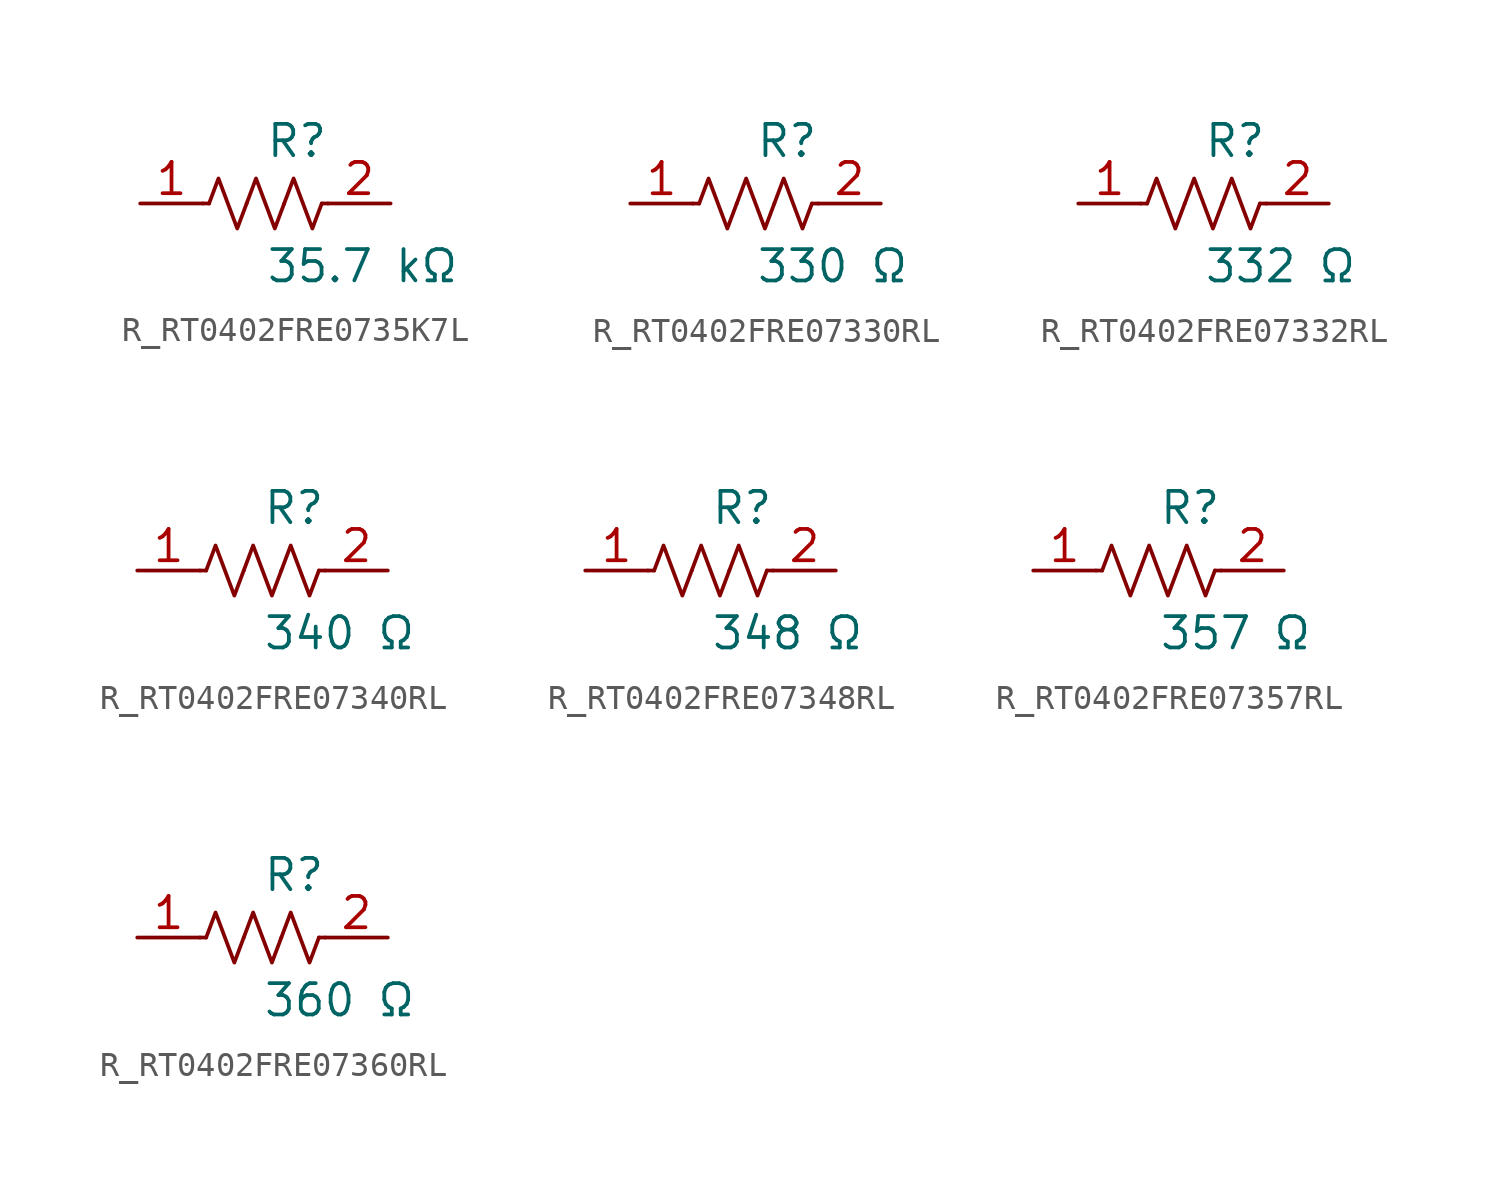
<source format=kicad_sym>
(kicad_symbol_lib
  (version 20231120)
  (generator kicad_symbol_editor)
  (generator_version 8.0)
  (symbol "R_RT0402FRE0735K7L"
    (pin_names
      (offset 0.254))
    (property "Reference" "R"
      (at 0.0 2.54 0)
      (effects (font (size 1.27 1.27)) (justify left)))
    (property "Value" "35.7 kΩ"
      (at 0.0 -2.54 0)
      (effects (font (size 1.27 1.27)) (justify left)))
    (symbol "R_RT0402FRE0735K7L_0_1"
      (polyline (pts (xy 2.286 0) (xy 2.54 0)) (stroke (width 0) (type default)) (fill (type none)))
      (polyline (pts (xy -2.286 0) (xy -2.54 0)) (stroke (width 0) (type default)) (fill (type none)))
      (polyline (pts (xy 0.762 0) (xy 1.143 1.016) (xy 1.524 0) (xy 1.905 -1.016) (xy 2.286 0)) (stroke (width 0) (type default)) (fill (type none)))
      (polyline (pts (xy -0.762 0) (xy -0.381 1.016) (xy 0 0) (xy 0.381 -1.016) (xy 0.762 0)) (stroke (width 0) (type default)) (fill (type none)))
      (polyline (pts (xy -2.286 0) (xy -1.905 1.016) (xy -1.524 0) (xy -1.143 -1.016) (xy -0.762 0)) (stroke (width 0) (type default)) (fill (type none))))
    (pin unspecified line
      (at -5.08 0 0)
      (length 2.54)
      (name "" (effects (font (size 1.27 1.27))))
      (number "1" (effects (font (size 1.27 1.27)))))
    (pin unspecified line
      (at 5.08 0 180)
      (length 2.54)
      (name "" (effects (font (size 1.27 1.27))))
      (number "2" (effects (font (size 1.27 1.27))))))
  (symbol "R_RT0402FRE07330RL"
    (pin_names
      (offset 0.254))
    (property "Reference" "R"
      (at 0.0 2.54 0)
      (effects (font (size 1.27 1.27)) (justify left)))
    (property "Value" "330 Ω"
      (at 0.0 -2.54 0)
      (effects (font (size 1.27 1.27)) (justify left)))
    (symbol "R_RT0402FRE07330RL_0_1"
      (polyline (pts (xy 2.286 0) (xy 2.54 0)) (stroke (width 0) (type default)) (fill (type none)))
      (polyline (pts (xy -2.286 0) (xy -2.54 0)) (stroke (width 0) (type default)) (fill (type none)))
      (polyline (pts (xy 0.762 0) (xy 1.143 1.016) (xy 1.524 0) (xy 1.905 -1.016) (xy 2.286 0)) (stroke (width 0) (type default)) (fill (type none)))
      (polyline (pts (xy -0.762 0) (xy -0.381 1.016) (xy 0 0) (xy 0.381 -1.016) (xy 0.762 0)) (stroke (width 0) (type default)) (fill (type none)))
      (polyline (pts (xy -2.286 0) (xy -1.905 1.016) (xy -1.524 0) (xy -1.143 -1.016) (xy -0.762 0)) (stroke (width 0) (type default)) (fill (type none))))
    (pin unspecified line
      (at -5.08 0 0)
      (length 2.54)
      (name "" (effects (font (size 1.27 1.27))))
      (number "1" (effects (font (size 1.27 1.27)))))
    (pin unspecified line
      (at 5.08 0 180)
      (length 2.54)
      (name "" (effects (font (size 1.27 1.27))))
      (number "2" (effects (font (size 1.27 1.27))))))
  (symbol "R_RT0402FRE07332RL"
    (pin_names
      (offset 0.254))
    (property "Reference" "R"
      (at 0.0 2.54 0)
      (effects (font (size 1.27 1.27)) (justify left)))
    (property "Value" "332 Ω"
      (at 0.0 -2.54 0)
      (effects (font (size 1.27 1.27)) (justify left)))
    (symbol "R_RT0402FRE07332RL_0_1"
      (polyline (pts (xy 2.286 0) (xy 2.54 0)) (stroke (width 0) (type default)) (fill (type none)))
      (polyline (pts (xy -2.286 0) (xy -2.54 0)) (stroke (width 0) (type default)) (fill (type none)))
      (polyline (pts (xy 0.762 0) (xy 1.143 1.016) (xy 1.524 0) (xy 1.905 -1.016) (xy 2.286 0)) (stroke (width 0) (type default)) (fill (type none)))
      (polyline (pts (xy -0.762 0) (xy -0.381 1.016) (xy 0 0) (xy 0.381 -1.016) (xy 0.762 0)) (stroke (width 0) (type default)) (fill (type none)))
      (polyline (pts (xy -2.286 0) (xy -1.905 1.016) (xy -1.524 0) (xy -1.143 -1.016) (xy -0.762 0)) (stroke (width 0) (type default)) (fill (type none))))
    (pin unspecified line
      (at -5.08 0 0)
      (length 2.54)
      (name "" (effects (font (size 1.27 1.27))))
      (number "1" (effects (font (size 1.27 1.27)))))
    (pin unspecified line
      (at 5.08 0 180)
      (length 2.54)
      (name "" (effects (font (size 1.27 1.27))))
      (number "2" (effects (font (size 1.27 1.27))))))
  (symbol "R_RT0402FRE07340RL"
    (pin_names
      (offset 0.254))
    (property "Reference" "R"
      (at 0.0 2.54 0)
      (effects (font (size 1.27 1.27)) (justify left)))
    (property "Value" "340 Ω"
      (at 0.0 -2.54 0)
      (effects (font (size 1.27 1.27)) (justify left)))
    (symbol "R_RT0402FRE07340RL_0_1"
      (polyline (pts (xy 2.286 0) (xy 2.54 0)) (stroke (width 0) (type default)) (fill (type none)))
      (polyline (pts (xy -2.286 0) (xy -2.54 0)) (stroke (width 0) (type default)) (fill (type none)))
      (polyline (pts (xy 0.762 0) (xy 1.143 1.016) (xy 1.524 0) (xy 1.905 -1.016) (xy 2.286 0)) (stroke (width 0) (type default)) (fill (type none)))
      (polyline (pts (xy -0.762 0) (xy -0.381 1.016) (xy 0 0) (xy 0.381 -1.016) (xy 0.762 0)) (stroke (width 0) (type default)) (fill (type none)))
      (polyline (pts (xy -2.286 0) (xy -1.905 1.016) (xy -1.524 0) (xy -1.143 -1.016) (xy -0.762 0)) (stroke (width 0) (type default)) (fill (type none))))
    (pin unspecified line
      (at -5.08 0 0)
      (length 2.54)
      (name "" (effects (font (size 1.27 1.27))))
      (number "1" (effects (font (size 1.27 1.27)))))
    (pin unspecified line
      (at 5.08 0 180)
      (length 2.54)
      (name "" (effects (font (size 1.27 1.27))))
      (number "2" (effects (font (size 1.27 1.27))))))
  (symbol "R_RT0402FRE07348RL"
    (pin_names
      (offset 0.254))
    (property "Reference" "R"
      (at 0.0 2.54 0)
      (effects (font (size 1.27 1.27)) (justify left)))
    (property "Value" "348 Ω"
      (at 0.0 -2.54 0)
      (effects (font (size 1.27 1.27)) (justify left)))
    (symbol "R_RT0402FRE07348RL_0_1"
      (polyline (pts (xy 2.286 0) (xy 2.54 0)) (stroke (width 0) (type default)) (fill (type none)))
      (polyline (pts (xy -2.286 0) (xy -2.54 0)) (stroke (width 0) (type default)) (fill (type none)))
      (polyline (pts (xy 0.762 0) (xy 1.143 1.016) (xy 1.524 0) (xy 1.905 -1.016) (xy 2.286 0)) (stroke (width 0) (type default)) (fill (type none)))
      (polyline (pts (xy -0.762 0) (xy -0.381 1.016) (xy 0 0) (xy 0.381 -1.016) (xy 0.762 0)) (stroke (width 0) (type default)) (fill (type none)))
      (polyline (pts (xy -2.286 0) (xy -1.905 1.016) (xy -1.524 0) (xy -1.143 -1.016) (xy -0.762 0)) (stroke (width 0) (type default)) (fill (type none))))
    (pin unspecified line
      (at -5.08 0 0)
      (length 2.54)
      (name "" (effects (font (size 1.27 1.27))))
      (number "1" (effects (font (size 1.27 1.27)))))
    (pin unspecified line
      (at 5.08 0 180)
      (length 2.54)
      (name "" (effects (font (size 1.27 1.27))))
      (number "2" (effects (font (size 1.27 1.27))))))
  (symbol "R_RT0402FRE07357RL"
    (pin_names
      (offset 0.254))
    (property "Reference" "R"
      (at 0.0 2.54 0)
      (effects (font (size 1.27 1.27)) (justify left)))
    (property "Value" "357 Ω"
      (at 0.0 -2.54 0)
      (effects (font (size 1.27 1.27)) (justify left)))
    (symbol "R_RT0402FRE07357RL_0_1"
      (polyline (pts (xy 2.286 0) (xy 2.54 0)) (stroke (width 0) (type default)) (fill (type none)))
      (polyline (pts (xy -2.286 0) (xy -2.54 0)) (stroke (width 0) (type default)) (fill (type none)))
      (polyline (pts (xy 0.762 0) (xy 1.143 1.016) (xy 1.524 0) (xy 1.905 -1.016) (xy 2.286 0)) (stroke (width 0) (type default)) (fill (type none)))
      (polyline (pts (xy -0.762 0) (xy -0.381 1.016) (xy 0 0) (xy 0.381 -1.016) (xy 0.762 0)) (stroke (width 0) (type default)) (fill (type none)))
      (polyline (pts (xy -2.286 0) (xy -1.905 1.016) (xy -1.524 0) (xy -1.143 -1.016) (xy -0.762 0)) (stroke (width 0) (type default)) (fill (type none))))
    (pin unspecified line
      (at -5.08 0 0)
      (length 2.54)
      (name "" (effects (font (size 1.27 1.27))))
      (number "1" (effects (font (size 1.27 1.27)))))
    (pin unspecified line
      (at 5.08 0 180)
      (length 2.54)
      (name "" (effects (font (size 1.27 1.27))))
      (number "2" (effects (font (size 1.27 1.27))))))
  (symbol "R_RT0402FRE07360RL"
    (pin_names
      (offset 0.254))
    (property "Reference" "R"
      (at 0.0 2.54 0)
      (effects (font (size 1.27 1.27)) (justify left)))
    (property "Value" "360 Ω"
      (at 0.0 -2.54 0)
      (effects (font (size 1.27 1.27)) (justify left)))
    (symbol "R_RT0402FRE07360RL_0_1"
      (polyline (pts (xy 2.286 0) (xy 2.54 0)) (stroke (width 0) (type default)) (fill (type none)))
      (polyline (pts (xy -2.286 0) (xy -2.54 0)) (stroke (width 0) (type default)) (fill (type none)))
      (polyline (pts (xy 0.762 0) (xy 1.143 1.016) (xy 1.524 0) (xy 1.905 -1.016) (xy 2.286 0)) (stroke (width 0) (type default)) (fill (type none)))
      (polyline (pts (xy -0.762 0) (xy -0.381 1.016) (xy 0 0) (xy 0.381 -1.016) (xy 0.762 0)) (stroke (width 0) (type default)) (fill (type none)))
      (polyline (pts (xy -2.286 0) (xy -1.905 1.016) (xy -1.524 0) (xy -1.143 -1.016) (xy -0.762 0)) (stroke (width 0) (type default)) (fill (type none))))
    (pin unspecified line
      (at -5.08 0 0)
      (length 2.54)
      (name "" (effects (font (size 1.27 1.27))))
      (number "1" (effects (font (size 1.27 1.27)))))
    (pin unspecified line
      (at 5.08 0 180)
      (length 2.54)
      (name "" (effects (font (size 1.27 1.27))))
      (number "2" (effects (font (size 1.27 1.27)))))))
</source>
